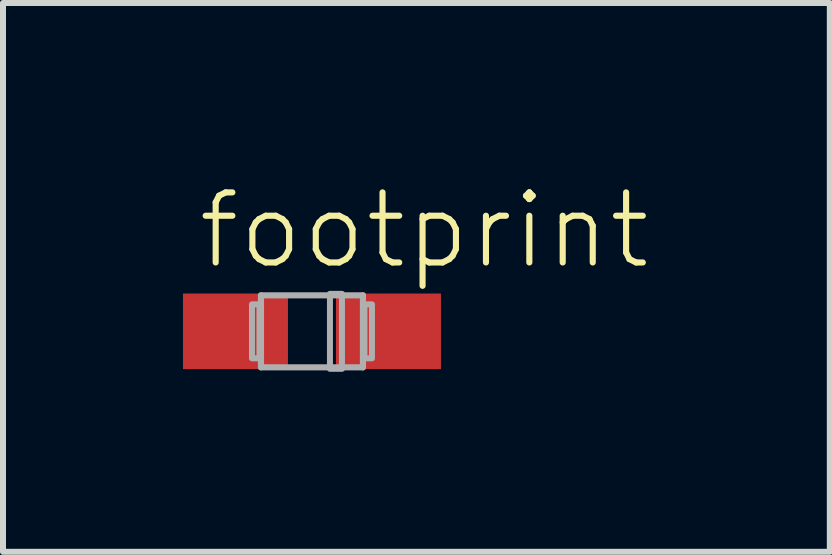
<source format=kicad_pcb>
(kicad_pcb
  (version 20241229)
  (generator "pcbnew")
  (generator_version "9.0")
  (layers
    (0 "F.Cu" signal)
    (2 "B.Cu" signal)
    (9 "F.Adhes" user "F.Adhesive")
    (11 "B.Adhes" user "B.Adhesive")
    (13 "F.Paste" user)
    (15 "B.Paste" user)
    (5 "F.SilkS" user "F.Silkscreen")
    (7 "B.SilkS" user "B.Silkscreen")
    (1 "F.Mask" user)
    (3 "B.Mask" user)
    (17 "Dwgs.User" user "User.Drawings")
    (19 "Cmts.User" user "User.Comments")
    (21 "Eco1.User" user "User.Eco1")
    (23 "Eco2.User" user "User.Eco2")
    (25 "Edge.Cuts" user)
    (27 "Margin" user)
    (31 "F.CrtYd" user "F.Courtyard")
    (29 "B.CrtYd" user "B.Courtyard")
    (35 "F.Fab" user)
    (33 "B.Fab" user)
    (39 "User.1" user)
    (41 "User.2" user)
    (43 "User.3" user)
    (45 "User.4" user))
  (footprint "footprint"
    (layer "F.Cu")
    (at 2.15 2.473)
    (property "Reference" "footprint" (at -1.95 -1 0) (layer "F.SilkS") (effects (font (size 1.168 1.168) (thickness 0.102)) (justify left bottom)))
    (fp_line (start -0.85 -0.6) (end 0.85 -0.6) (stroke (width 0.102) (type solid)) (layer "F.Fab"))
    (fp_line (start -0.85 0.6) (end -0.85 -0.6) (stroke (width 0.102) (type solid)) (layer "F.Fab"))
    (fp_line (start 0.85 -0.6) (end 0.85 0.6) (stroke (width 0.102) (type solid)) (layer "F.Fab"))
    (fp_line (start 0.85 0.6) (end -0.85 0.6) (stroke (width 0.102) (type solid)) (layer "F.Fab"))
    (fp_poly (pts (xy -1 0.45) (xy -0.875 0.45) (xy -0.875 -0.45) (xy -1 -0.45)) (stroke (width 0.1) (type solid)) (fill no) (layer "F.Fab"))
    (fp_poly (pts (xy 0.3 0.625) (xy 0.5 0.625) (xy 0.5 -0.625) (xy 0.3 -0.625)) (stroke (width 0.1) (type solid)) (fill no) (layer "F.Fab"))
    (fp_poly (pts (xy 0.875 0.45) (xy 1 0.45) (xy 1 -0.45) (xy 0.875 -0.45)) (stroke (width 0.1) (type solid)) (fill no) (layer "F.Fab"))
    (pad "+" smd rect (at 1.275 0) (size 1.75 1.26) (layers "F.Cu" "F.Mask" "F.Paste"))
    (pad "-" smd rect (at -1.275 0) (size 1.75 1.26) (layers "F.Cu" "F.Mask" "F.Paste")))
  (gr_rect
    (start -3 -3)
    (end 10.782 6.148)
    (stroke (width 0.1) (type default))
    (fill no)
    (layer "Edge.Cuts")))
</source>
